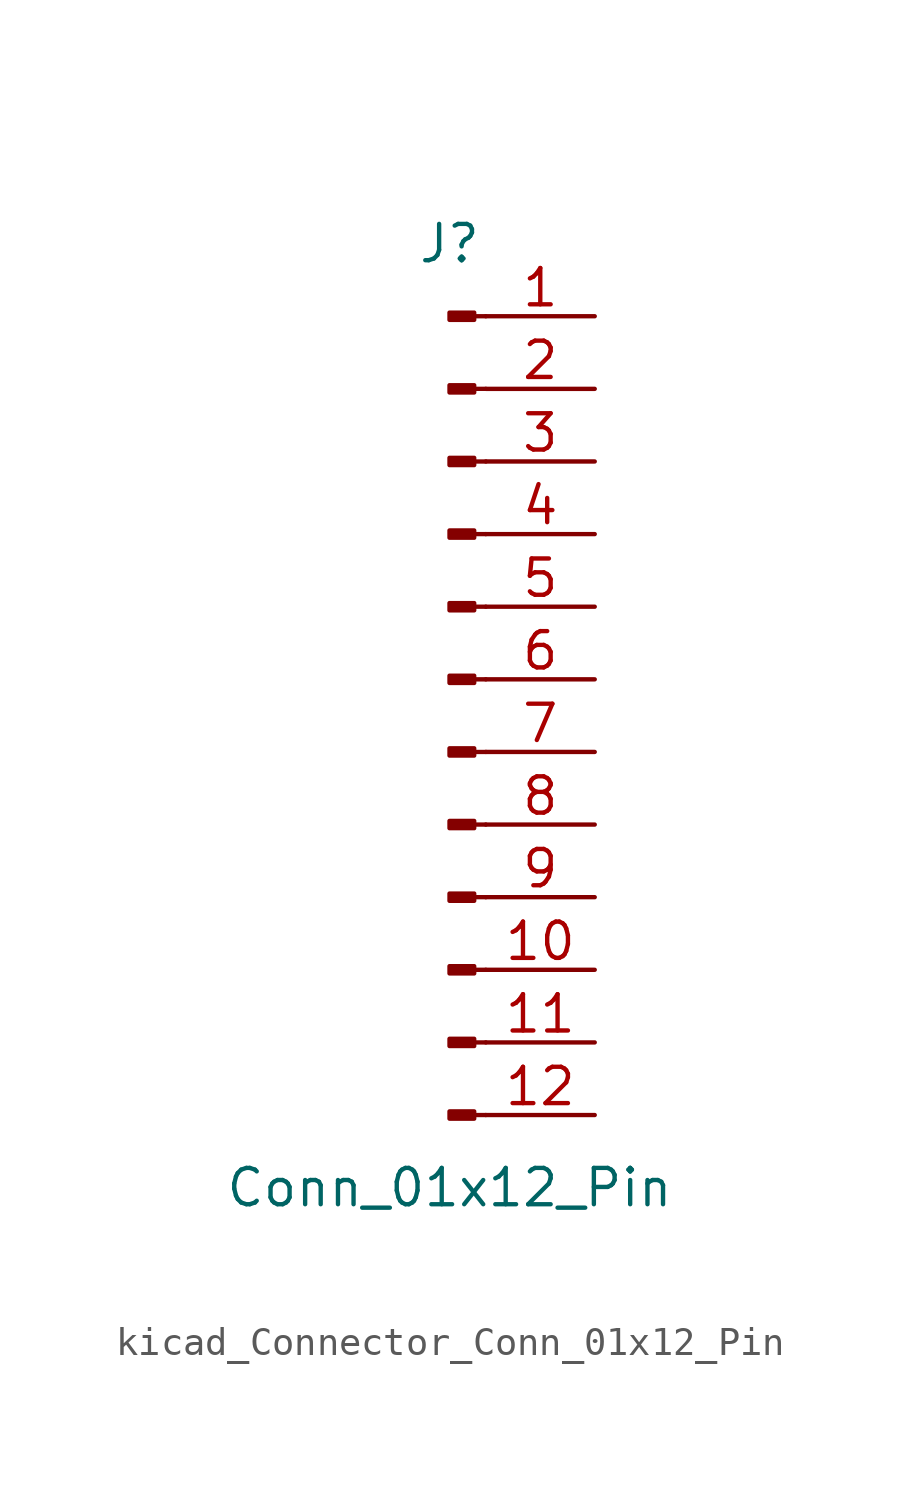
<source format=kicad_sym>
(kicad_symbol_lib
  (version 20220914)
  (generator kicad_symbol_editor)
  (symbol "kicad_Connector_Conn_01x12_Pin"
    (pin_names
      (offset 1.016) hide)
    (property "Reference" "J"
      (at 0 15.24 0)
      (effects (font (size 1.27 1.27))))
    (property "Value" "Conn_01x12_Pin"
      (at 0 -17.78 0)
      (effects (font (size 1.27 1.27))))
    (property "ki_locked" ""
      (at 0 0 0)
      (effects (font (size 1.27 1.27))))
    (symbol "kicad_Connector_Conn_01x12_Pin_1_1"
      (polyline (pts (xy 1.27 -15.24) (xy 0.864 -15.24)) (stroke (width 0.152) (type default)) (fill (type none)))
      (polyline (pts (xy 1.27 -12.7) (xy 0.864 -12.7)) (stroke (width 0.152) (type default)) (fill (type none)))
      (polyline (pts (xy 1.27 -10.16) (xy 0.864 -10.16)) (stroke (width 0.152) (type default)) (fill (type none)))
      (polyline (pts (xy 1.27 -7.62) (xy 0.864 -7.62)) (stroke (width 0.152) (type default)) (fill (type none)))
      (polyline (pts (xy 1.27 -5.08) (xy 0.864 -5.08)) (stroke (width 0.152) (type default)) (fill (type none)))
      (polyline (pts (xy 1.27 -2.54) (xy 0.864 -2.54)) (stroke (width 0.152) (type default)) (fill (type none)))
      (polyline (pts (xy 1.27 0) (xy 0.864 0)) (stroke (width 0.152) (type default)) (fill (type none)))
      (polyline (pts (xy 1.27 2.54) (xy 0.864 2.54)) (stroke (width 0.152) (type default)) (fill (type none)))
      (polyline (pts (xy 1.27 5.08) (xy 0.864 5.08)) (stroke (width 0.152) (type default)) (fill (type none)))
      (polyline (pts (xy 1.27 7.62) (xy 0.864 7.62)) (stroke (width 0.152) (type default)) (fill (type none)))
      (polyline (pts (xy 1.27 10.16) (xy 0.864 10.16)) (stroke (width 0.152) (type default)) (fill (type none)))
      (polyline (pts (xy 1.27 12.7) (xy 0.864 12.7)) (stroke (width 0.152) (type default)) (fill (type none)))
      (rectangle (start 0.864 -15.113) (end 0 -15.367) (stroke (width 0.152) (type default)) (fill (type outline)))
      (rectangle (start 0.864 -12.573) (end 0 -12.827) (stroke (width 0.152) (type default)) (fill (type outline)))
      (rectangle (start 0.864 -10.033) (end 0 -10.287) (stroke (width 0.152) (type default)) (fill (type outline)))
      (rectangle (start 0.864 -7.493) (end 0 -7.747) (stroke (width 0.152) (type default)) (fill (type outline)))
      (rectangle (start 0.864 -4.953) (end 0 -5.207) (stroke (width 0.152) (type default)) (fill (type outline)))
      (rectangle (start 0.864 -2.413) (end 0 -2.667) (stroke (width 0.152) (type default)) (fill (type outline)))
      (rectangle (start 0.864 0.127) (end 0 -0.127) (stroke (width 0.152) (type default)) (fill (type outline)))
      (rectangle (start 0.864 2.667) (end 0 2.413) (stroke (width 0.152) (type default)) (fill (type outline)))
      (rectangle (start 0.864 5.207) (end 0 4.953) (stroke (width 0.152) (type default)) (fill (type outline)))
      (rectangle (start 0.864 7.747) (end 0 7.493) (stroke (width 0.152) (type default)) (fill (type outline)))
      (rectangle (start 0.864 10.287) (end 0 10.033) (stroke (width 0.152) (type default)) (fill (type outline)))
      (rectangle (start 0.864 12.827) (end 0 12.573) (stroke (width 0.152) (type default)) (fill (type outline)))
      (pin passive line (at 5.08 12.7 180) (length 3.81) (name "Pin_1" (effects (font (size 1.27 1.27)))) (number "1" (effects (font (size 1.27 1.27)))))
      (pin passive line (at 5.08 -10.16 180) (length 3.81) (name "Pin_10" (effects (font (size 1.27 1.27)))) (number "10" (effects (font (size 1.27 1.27)))))
      (pin passive line (at 5.08 -12.7 180) (length 3.81) (name "Pin_11" (effects (font (size 1.27 1.27)))) (number "11" (effects (font (size 1.27 1.27)))))
      (pin passive line (at 5.08 -15.24 180) (length 3.81) (name "Pin_12" (effects (font (size 1.27 1.27)))) (number "12" (effects (font (size 1.27 1.27)))))
      (pin passive line (at 5.08 10.16 180) (length 3.81) (name "Pin_2" (effects (font (size 1.27 1.27)))) (number "2" (effects (font (size 1.27 1.27)))))
      (pin passive line (at 5.08 7.62 180) (length 3.81) (name "Pin_3" (effects (font (size 1.27 1.27)))) (number "3" (effects (font (size 1.27 1.27)))))
      (pin passive line (at 5.08 5.08 180) (length 3.81) (name "Pin_4" (effects (font (size 1.27 1.27)))) (number "4" (effects (font (size 1.27 1.27)))))
      (pin passive line (at 5.08 2.54 180) (length 3.81) (name "Pin_5" (effects (font (size 1.27 1.27)))) (number "5" (effects (font (size 1.27 1.27)))))
      (pin passive line (at 5.08 0 180) (length 3.81) (name "Pin_6" (effects (font (size 1.27 1.27)))) (number "6" (effects (font (size 1.27 1.27)))))
      (pin passive line (at 5.08 -2.54 180) (length 3.81) (name "Pin_7" (effects (font (size 1.27 1.27)))) (number "7" (effects (font (size 1.27 1.27)))))
      (pin passive line (at 5.08 -5.08 180) (length 3.81) (name "Pin_8" (effects (font (size 1.27 1.27)))) (number "8" (effects (font (size 1.27 1.27)))))
      (pin passive line (at 5.08 -7.62 180) (length 3.81) (name "Pin_9" (effects (font (size 1.27 1.27)))) (number "9" (effects (font (size 1.27 1.27))))))))
</source>
